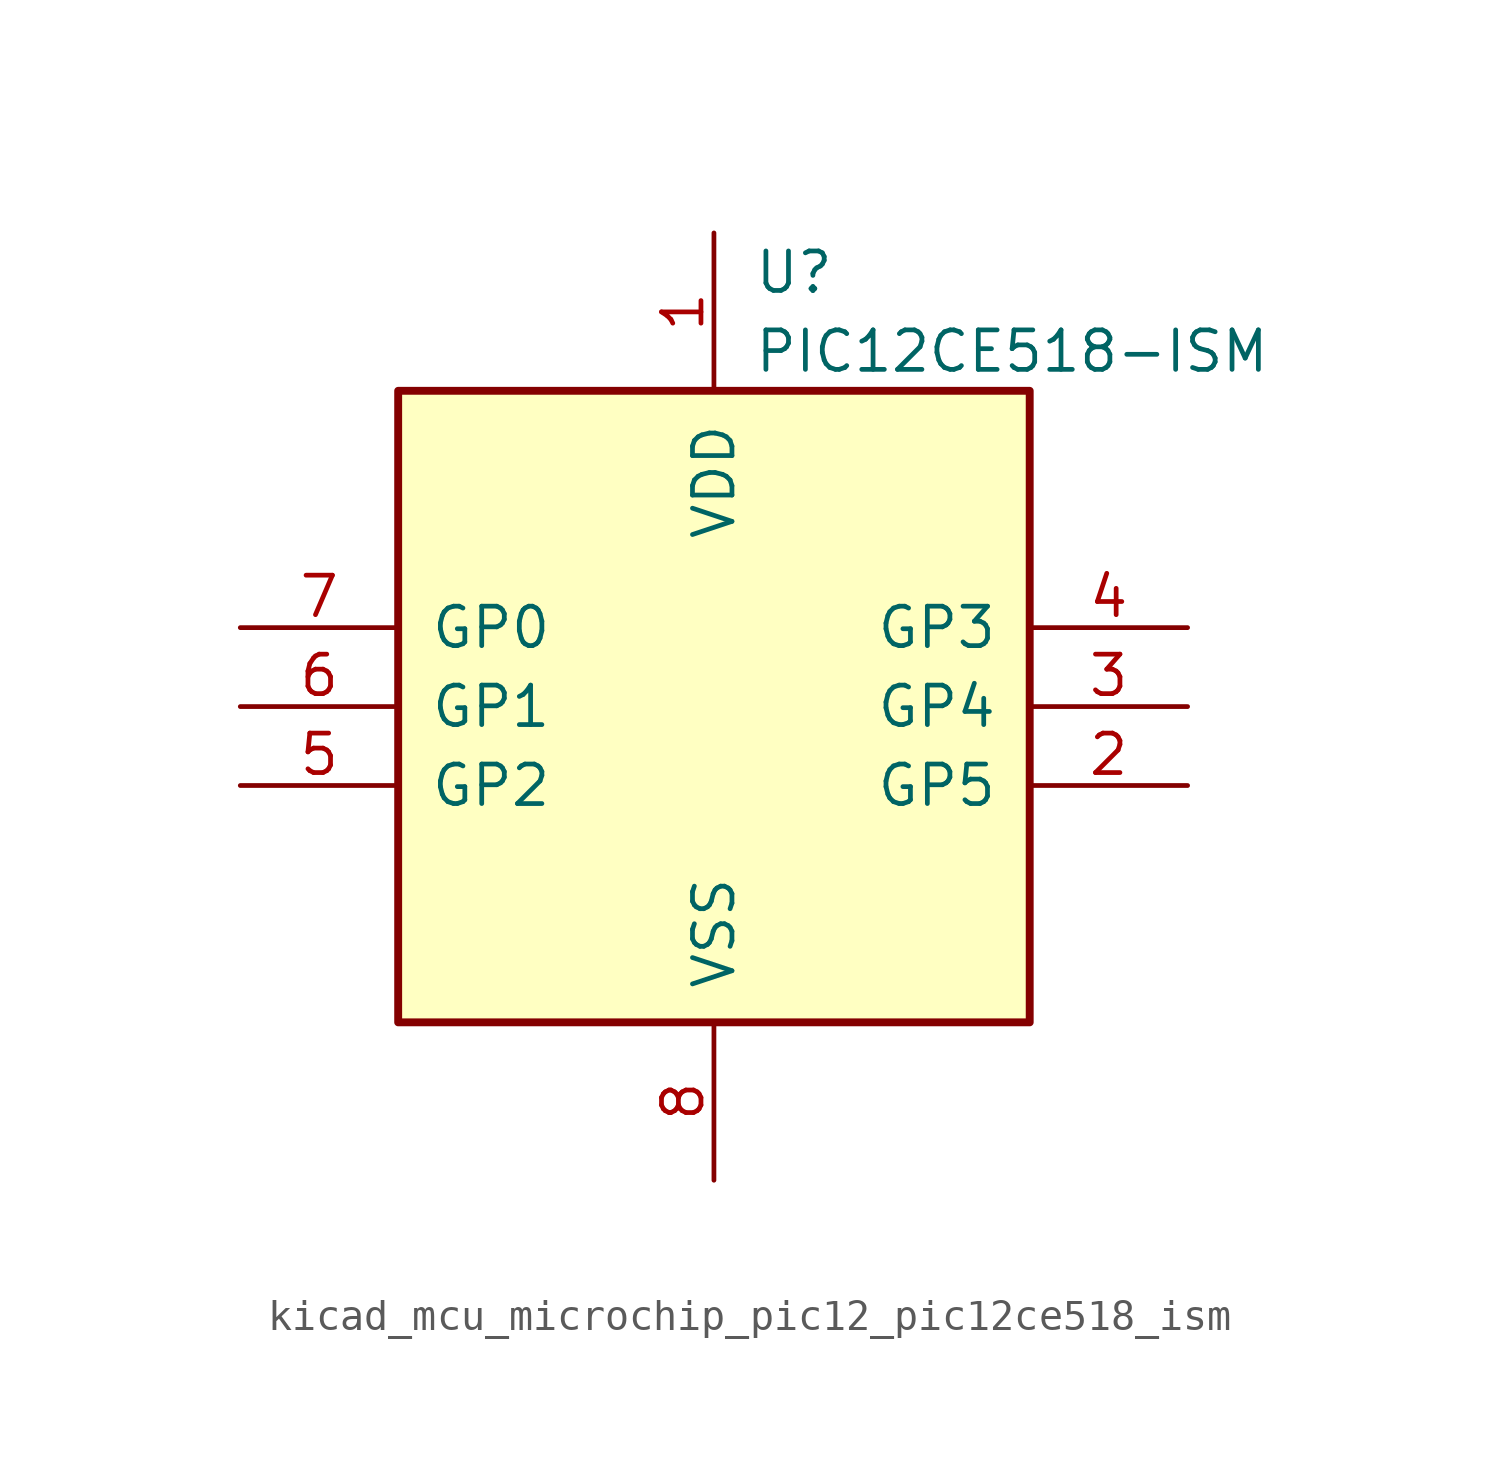
<source format=kicad_sym>
(kicad_symbol_lib
  (version 20220914)
  (generator kicad_symbol_editor)
  (symbol "kicad_mcu_microchip_pic12_pic12ce518_ism"
    (pin_names
      (offset 1.016))
    (property "Reference" "U"
      (at 1.27 13.97 0)
      (effects (font (size 1.27 1.27)) (justify left)))
    (property "Value" "PIC12CE518-ISM"
      (at 1.27 11.43 0)
      (effects (font (size 1.27 1.27)) (justify left)))
    (symbol "kicad_mcu_microchip_pic12_pic12ce518_ism_0_1"
      (rectangle (start 10.16 -10.16) (end -10.16 10.16) (stroke (width 0.254) (type default)) (fill (type background))))
    (symbol "kicad_mcu_microchip_pic12_pic12ce518_ism_1_1"
      (pin power_in line (at 0 15.24 270) (length 5.08) (name "VDD" (effects (font (size 1.27 1.27)))) (number "1" (effects (font (size 1.27 1.27)))))
      (pin bidirectional line (at 15.24 -2.54 180) (length 5.08) (name "GP5" (effects (font (size 1.27 1.27)))) (number "2" (effects (font (size 1.27 1.27)))))
      (pin bidirectional line (at 15.24 0 180) (length 5.08) (name "GP4" (effects (font (size 1.27 1.27)))) (number "3" (effects (font (size 1.27 1.27)))))
      (pin input line (at 15.24 2.54 180) (length 5.08) (name "GP3" (effects (font (size 1.27 1.27)))) (number "4" (effects (font (size 1.27 1.27)))))
      (pin bidirectional line (at -15.24 -2.54 0) (length 5.08) (name "GP2" (effects (font (size 1.27 1.27)))) (number "5" (effects (font (size 1.27 1.27)))))
      (pin bidirectional line (at -15.24 0 0) (length 5.08) (name "GP1" (effects (font (size 1.27 1.27)))) (number "6" (effects (font (size 1.27 1.27)))))
      (pin bidirectional line (at -15.24 2.54 0) (length 5.08) (name "GP0" (effects (font (size 1.27 1.27)))) (number "7" (effects (font (size 1.27 1.27)))))
      (pin power_in line (at 0 -15.24 90) (length 5.08) (name "VSS" (effects (font (size 1.27 1.27)))) (number "8" (effects (font (size 1.27 1.27))))))))
</source>
